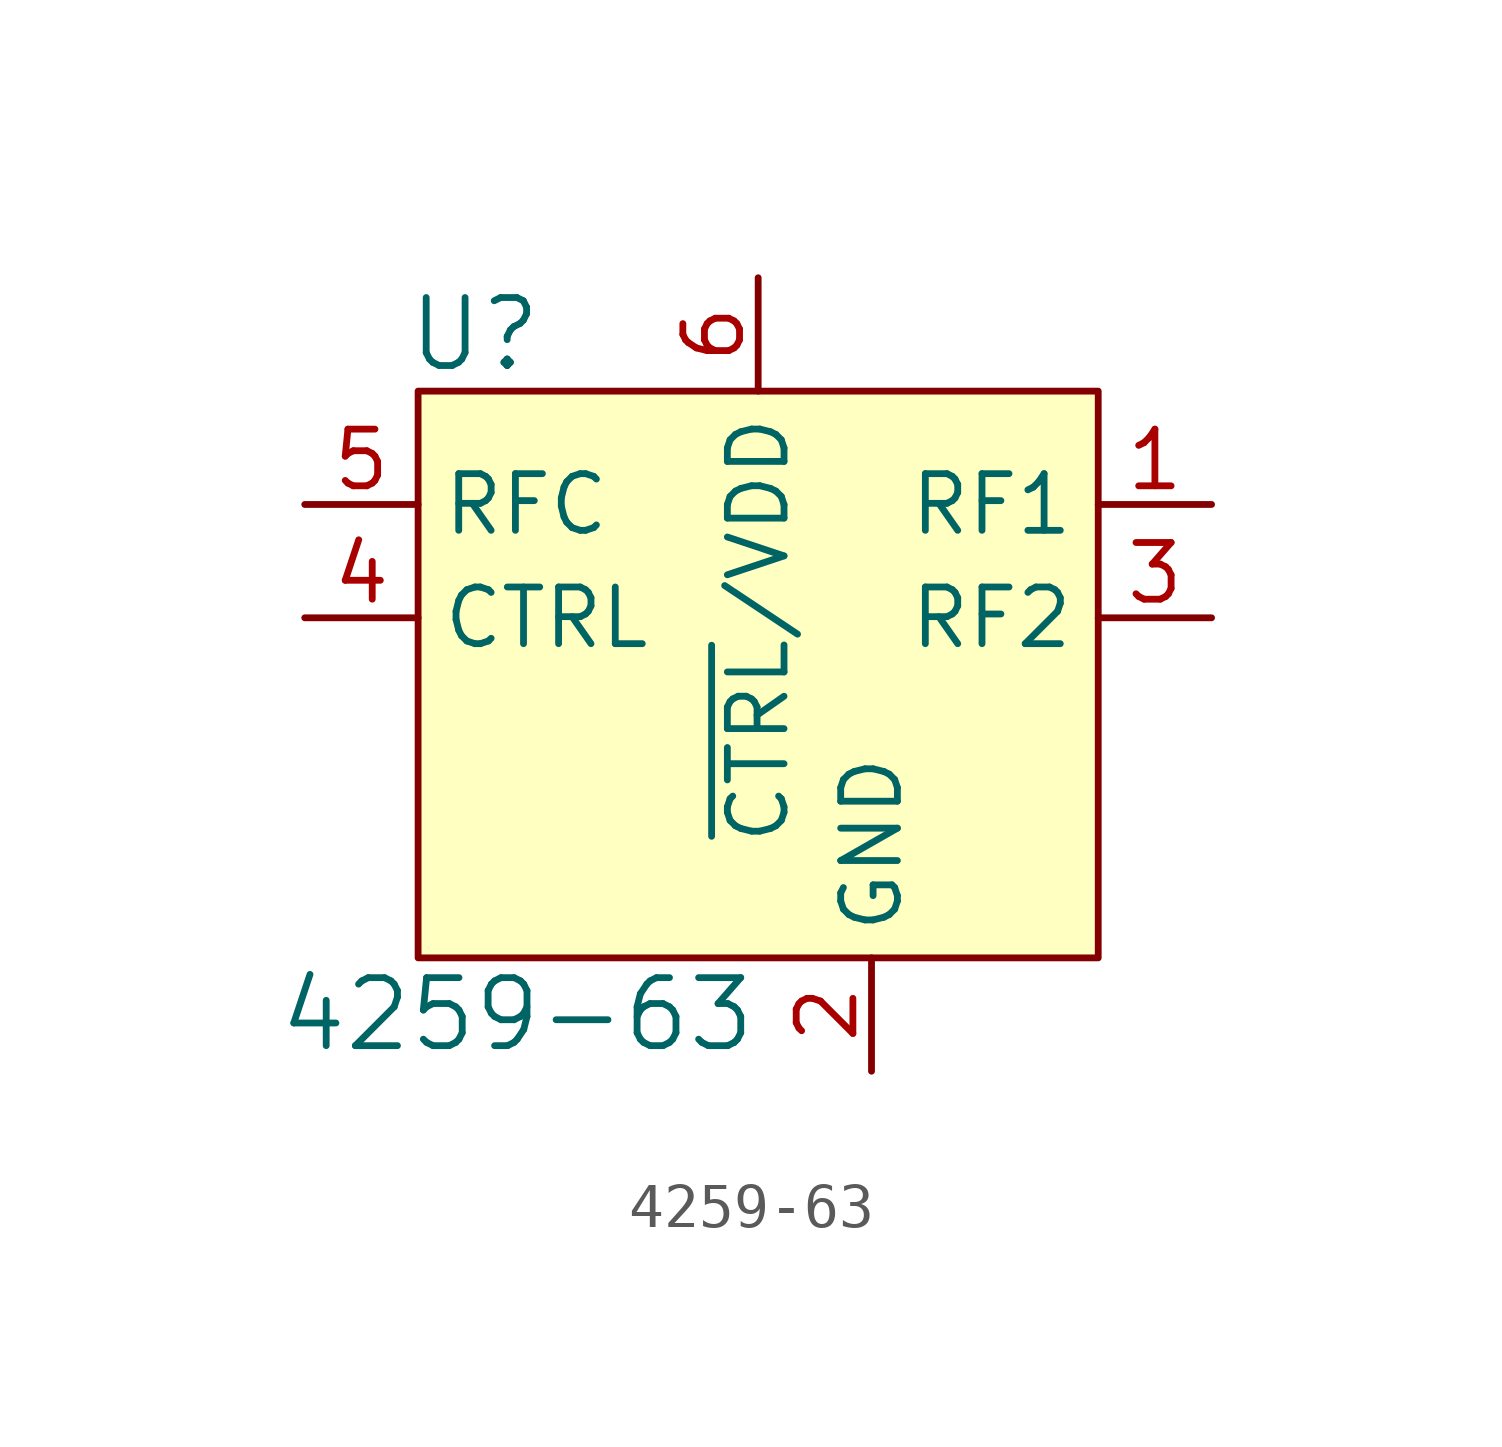
<source format=kicad_sym>
(kicad_symbol_lib
  (version 20220914)
  (generator kicad_symbol_editor)
  (symbol "4259-63"
    (property "Reference" "U"
      (at -6.35 3.81 0)
      (effects (font (size 1.524 1.524))))
    (property "Value" "4259-63"
      (at 0 -11.43 0)
      (effects (font (size 1.524 1.524)) (justify right)))
    (symbol "4259-63_0_1"
      (rectangle (start -7.62 2.54) (end 7.62 -10.16) (stroke (width 0) (type solid)) (fill (type background))))
    (symbol "4259-63_1_1"
      (pin passive line (at 10.16 0 180) (length 2.54) (name "RF1" (effects (font (size 1.27 1.27)))) (number "1" (effects (font (size 1.27 1.27)))))
      (pin power_in line (at 2.54 -12.7 90) (length 2.54) (name "GND" (effects (font (size 1.27 1.27)))) (number "2" (effects (font (size 1.27 1.27)))))
      (pin passive line (at 10.16 -2.54 180) (length 2.54) (name "RF2" (effects (font (size 1.27 1.27)))) (number "3" (effects (font (size 1.27 1.27)))))
      (pin input line (at -10.16 -2.54 0) (length 2.54) (name "CTRL" (effects (font (size 1.27 1.27)))) (number "4" (effects (font (size 1.27 1.27)))))
      (pin passive line (at -10.16 0 0) (length 2.54) (name "RFC" (effects (font (size 1.27 1.27)))) (number "5" (effects (font (size 1.27 1.27)))))
      (pin power_in line (at 0 5.08 270) (length 2.54) (name "~{CTRL}/VDD" (effects (font (size 1.27 1.27)))) (number "6" (effects (font (size 1.27 1.27))))))))
</source>
